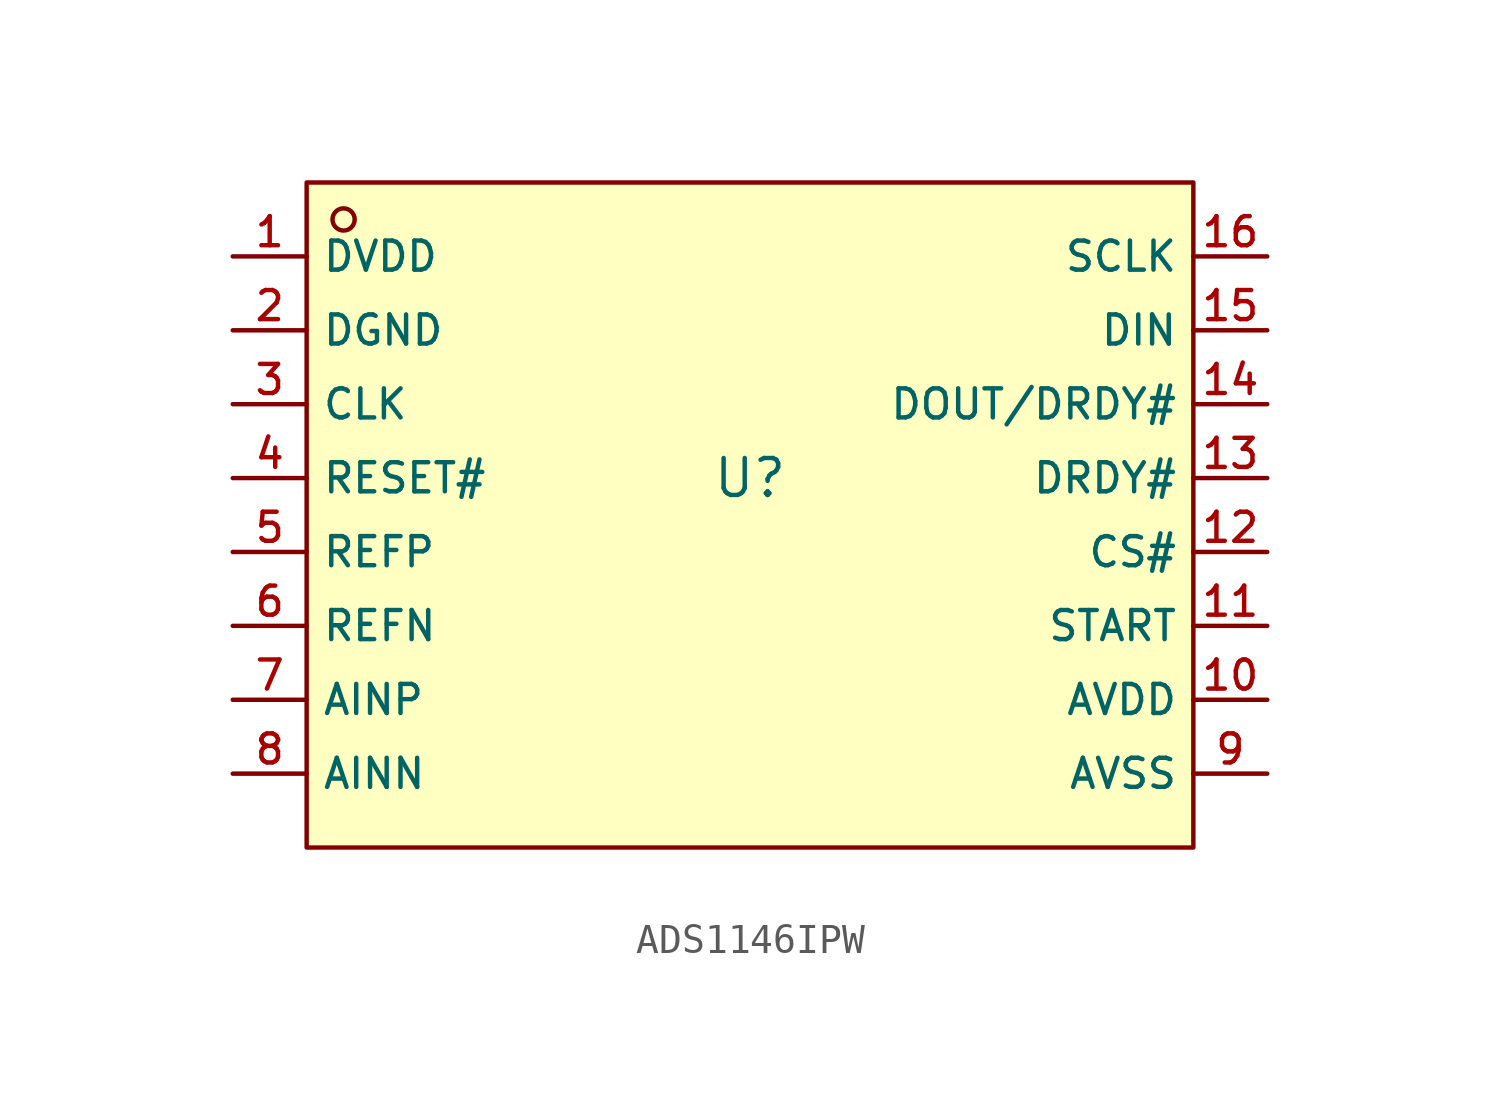
<source format=kicad_sym>
(kicad_symbol_lib
  (version 20210201)
  (generator TousstNicolas/JLC2KiCad_lib)
  (symbol "ADS1146IPW"
    (property "Reference" "U"
      (at 0 1.27 0)
      (effects (font (size 1.27 1.27))))
    (symbol "ADS1146IPW_0_1"
      (rectangle (start -15.24 11.43) (end 15.24 -11.43) (stroke (width 0) (type default) (color 0 0 0 0)) (fill (type background)))
      (circle (center -13.97 10.16) (radius 0.381) (stroke (width 0) (type default) (color 0 0 0 0)) (fill (type background)))
      (pin unspecified line (at -17.78 8.89 0) (length 2.54) (name "DVDD" (effects (font (size 1 1)))) (number "1" (effects (font (size 1 1)))))
      (pin unspecified line (at -17.78 6.35 0) (length 2.54) (name "DGND" (effects (font (size 1 1)))) (number "2" (effects (font (size 1 1)))))
      (pin unspecified line (at -17.78 3.81 0) (length 2.54) (name "CLK" (effects (font (size 1 1)))) (number "3" (effects (font (size 1 1)))))
      (pin unspecified line (at -17.78 1.27 0) (length 2.54) (name "RESET#" (effects (font (size 1 1)))) (number "4" (effects (font (size 1 1)))))
      (pin unspecified line (at -17.78 -1.27 0) (length 2.54) (name "REFP" (effects (font (size 1 1)))) (number "5" (effects (font (size 1 1)))))
      (pin unspecified line (at -17.78 -3.81 0) (length 2.54) (name "REFN" (effects (font (size 1 1)))) (number "6" (effects (font (size 1 1)))))
      (pin unspecified line (at -17.78 -6.35 0) (length 2.54) (name "AINP" (effects (font (size 1 1)))) (number "7" (effects (font (size 1 1)))))
      (pin unspecified line (at -17.78 -8.89 0) (length 2.54) (name "AINN" (effects (font (size 1 1)))) (number "8" (effects (font (size 1 1)))))
      (pin unspecified line (at 17.78 -8.89 180) (length 2.54) (name "AVSS" (effects (font (size 1 1)))) (number "9" (effects (font (size 1 1)))))
      (pin unspecified line (at 17.78 -6.35 180) (length 2.54) (name "AVDD" (effects (font (size 1 1)))) (number "10" (effects (font (size 1 1)))))
      (pin unspecified line (at 17.78 -3.81 180) (length 2.54) (name "START" (effects (font (size 1 1)))) (number "11" (effects (font (size 1 1)))))
      (pin unspecified line (at 17.78 -1.27 180) (length 2.54) (name "CS#" (effects (font (size 1 1)))) (number "12" (effects (font (size 1 1)))))
      (pin unspecified line (at 17.78 1.27 180) (length 2.54) (name "DRDY#" (effects (font (size 1 1)))) (number "13" (effects (font (size 1 1)))))
      (pin unspecified line (at 17.78 3.81 180) (length 2.54) (name "DOUT/DRDY#" (effects (font (size 1 1)))) (number "14" (effects (font (size 1 1)))))
      (pin unspecified line (at 17.78 6.35 180) (length 2.54) (name "DIN" (effects (font (size 1 1)))) (number "15" (effects (font (size 1 1)))))
      (pin unspecified line (at 17.78 8.89 180) (length 2.54) (name "SCLK" (effects (font (size 1 1)))) (number "16" (effects (font (size 1 1))))))))
</source>
